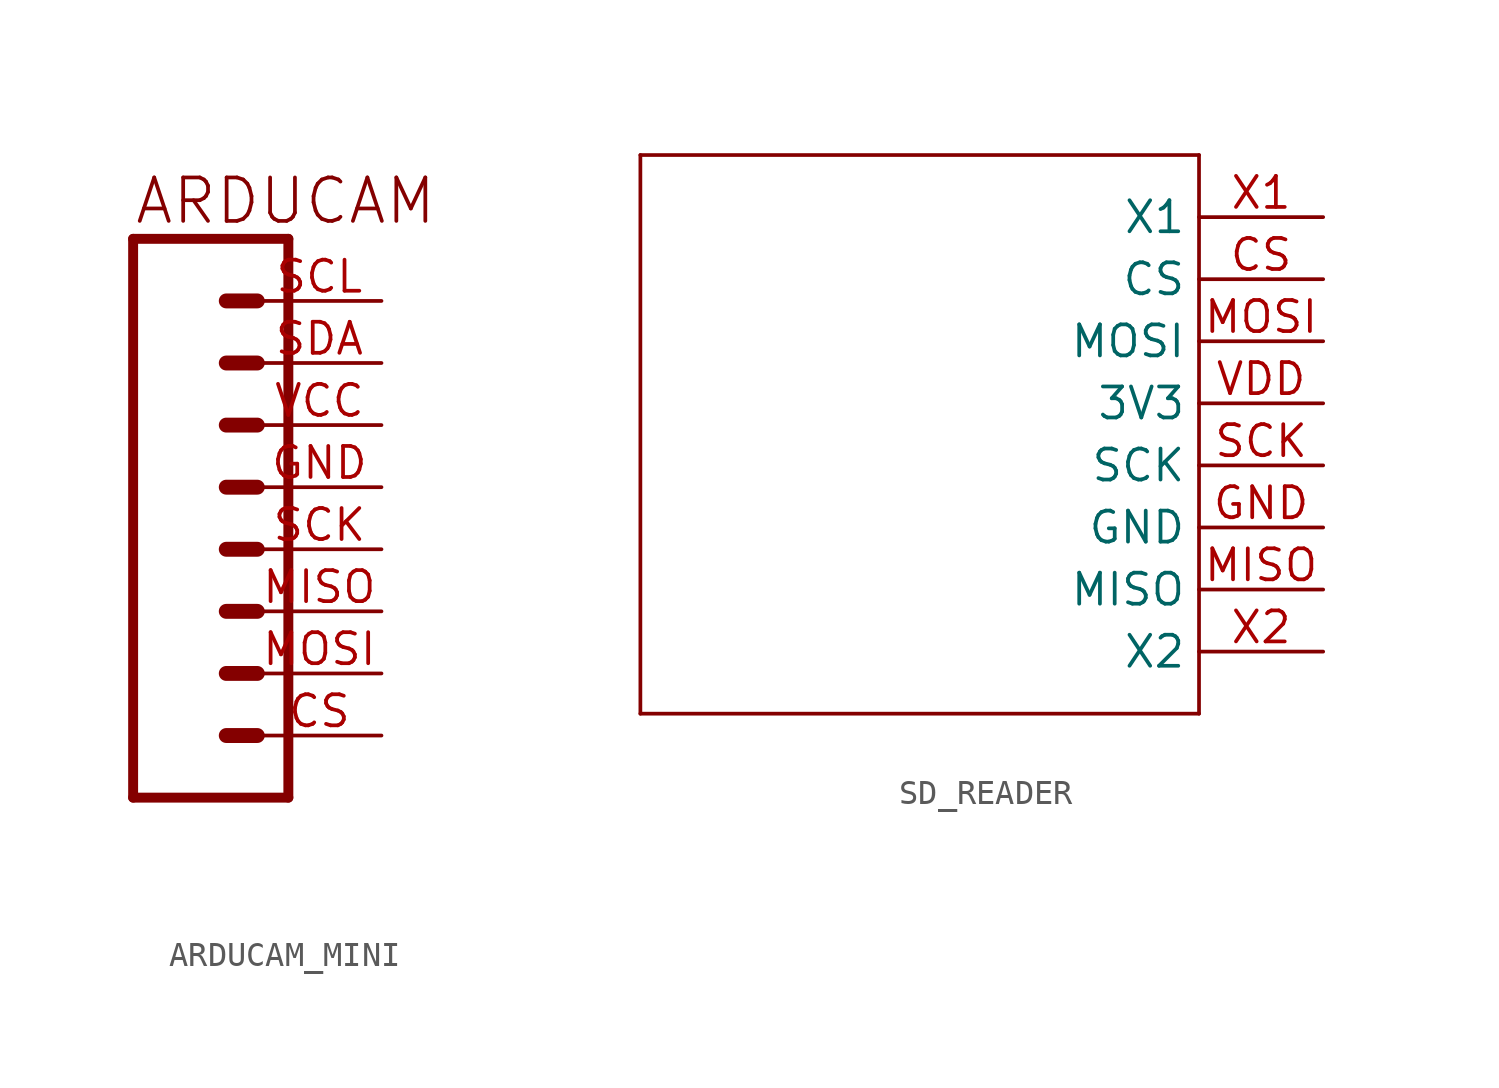
<source format=kicad_sym>
(kicad_symbol_lib
  (version 20231120)
  (generator "kicad_symbol_editor")
  (generator_version "8.0")
  (symbol "ARDUCAM_MINI"
    (property "Reference" ""
      (at 0 0 0)
      (effects (font (size 1.27 1.27)) (hide yes)))
    (property "ki_locked" ""
      (at 0 0 0)
      (effects (font (size 1.27 1.27))))
    (symbol "ARDUCAM_MINI_1_0"
      (polyline (pts (xy -5.08 12.7) (xy -5.08 -10.16)) (stroke (width 0.406) (type solid)) (fill (type none)))
      (polyline (pts (xy -5.08 12.7) (xy 1.27 12.7)) (stroke (width 0.406) (type solid)) (fill (type none)))
      (polyline (pts (xy -1.27 -7.62) (xy 0 -7.62)) (stroke (width 0.61) (type solid)) (fill (type none)))
      (polyline (pts (xy -1.27 -5.08) (xy 0 -5.08)) (stroke (width 0.61) (type solid)) (fill (type none)))
      (polyline (pts (xy -1.27 -2.54) (xy 0 -2.54)) (stroke (width 0.61) (type solid)) (fill (type none)))
      (polyline (pts (xy -1.27 0) (xy 0 0)) (stroke (width 0.61) (type solid)) (fill (type none)))
      (polyline (pts (xy -1.27 2.54) (xy 0 2.54)) (stroke (width 0.61) (type solid)) (fill (type none)))
      (polyline (pts (xy -1.27 5.08) (xy 0 5.08)) (stroke (width 0.61) (type solid)) (fill (type none)))
      (polyline (pts (xy -1.27 7.62) (xy 0 7.62)) (stroke (width 0.61) (type solid)) (fill (type none)))
      (polyline (pts (xy -1.27 10.16) (xy 0 10.16)) (stroke (width 0.61) (type solid)) (fill (type none)))
      (polyline (pts (xy 1.27 -10.16) (xy -5.08 -10.16)) (stroke (width 0.406) (type solid)) (fill (type none)))
      (polyline (pts (xy 1.27 -10.16) (xy 1.27 12.7)) (stroke (width 0.406) (type solid)) (fill (type none)))
      (text "ARDUCAM" (at -5.08 13.208 0) (effects (font (size 1.778 1.778)) (justify left bottom)))
      (text "~" (at -5.08 -12.446 0) (effects (font (size 1.778 1.778)) (justify left bottom)))
      (pin passive line (at 5.08 -7.62 180) (length 5.08) (name "CS" (effects (font (size 0 0)))) (number "CS" (effects (font (size 1.27 1.27)))))
      (pin passive line (at 5.08 2.54 180) (length 5.08) (name "GND" (effects (font (size 0 0)))) (number "GND" (effects (font (size 1.27 1.27)))))
      (pin passive line (at 5.08 -2.54 180) (length 5.08) (name "MISO" (effects (font (size 0 0)))) (number "MISO" (effects (font (size 1.27 1.27)))))
      (pin passive line (at 5.08 -5.08 180) (length 5.08) (name "MOSI" (effects (font (size 0 0)))) (number "MOSI" (effects (font (size 1.27 1.27)))))
      (pin passive line (at 5.08 0 180) (length 5.08) (name "SCK" (effects (font (size 0 0)))) (number "SCK" (effects (font (size 1.27 1.27)))))
      (pin passive line (at 5.08 10.16 180) (length 5.08) (name "SCL" (effects (font (size 0 0)))) (number "SCL" (effects (font (size 1.27 1.27)))))
      (pin passive line (at 5.08 7.62 180) (length 5.08) (name "SDA" (effects (font (size 0 0)))) (number "SDA" (effects (font (size 1.27 1.27)))))
      (pin passive line (at 5.08 5.08 180) (length 5.08) (name "VCC" (effects (font (size 0 0)))) (number "VCC" (effects (font (size 1.27 1.27)))))))
  (symbol "SD_READER"
    (property "Reference" ""
      (at 0 0 0)
      (effects (font (size 1.27 1.27)) (hide yes)))
    (property "ki_locked" ""
      (at 0 0 0)
      (effects (font (size 1.27 1.27))))
    (symbol "SD_READER_1_0"
      (polyline (pts (xy -10.16 -10.16) (xy -10.16 12.7)) (stroke (width 0.152) (type solid)) (fill (type none)))
      (polyline (pts (xy -10.16 12.7) (xy 12.7 12.7)) (stroke (width 0.152) (type solid)) (fill (type none)))
      (polyline (pts (xy 12.7 -10.16) (xy -10.16 -10.16)) (stroke (width 0.152) (type solid)) (fill (type none)))
      (polyline (pts (xy 12.7 12.7) (xy 12.7 -10.16)) (stroke (width 0.152) (type solid)) (fill (type none)))
      (pin bidirectional line (at 17.78 7.62 180) (length 5.08) (name "CS" (effects (font (size 1.27 1.27)))) (number "CS" (effects (font (size 1.27 1.27)))))
      (pin bidirectional line (at 17.78 -2.54 180) (length 5.08) (name "GND" (effects (font (size 1.27 1.27)))) (number "GND" (effects (font (size 1.27 1.27)))))
      (pin bidirectional line (at 17.78 -5.08 180) (length 5.08) (name "MISO" (effects (font (size 1.27 1.27)))) (number "MISO" (effects (font (size 1.27 1.27)))))
      (pin bidirectional line (at 17.78 5.08 180) (length 5.08) (name "MOSI" (effects (font (size 1.27 1.27)))) (number "MOSI" (effects (font (size 1.27 1.27)))))
      (pin bidirectional line (at 17.78 0 180) (length 5.08) (name "SCK" (effects (font (size 1.27 1.27)))) (number "SCK" (effects (font (size 1.27 1.27)))))
      (pin bidirectional line (at 17.78 2.54 180) (length 5.08) (name "3V3" (effects (font (size 1.27 1.27)))) (number "VDD" (effects (font (size 1.27 1.27)))))
      (pin bidirectional line (at 17.78 10.16 180) (length 5.08) (name "X1" (effects (font (size 1.27 1.27)))) (number "X1" (effects (font (size 1.27 1.27)))))
      (pin bidirectional line (at 17.78 -7.62 180) (length 5.08) (name "X2" (effects (font (size 1.27 1.27)))) (number "X2" (effects (font (size 1.27 1.27))))))))
</source>
